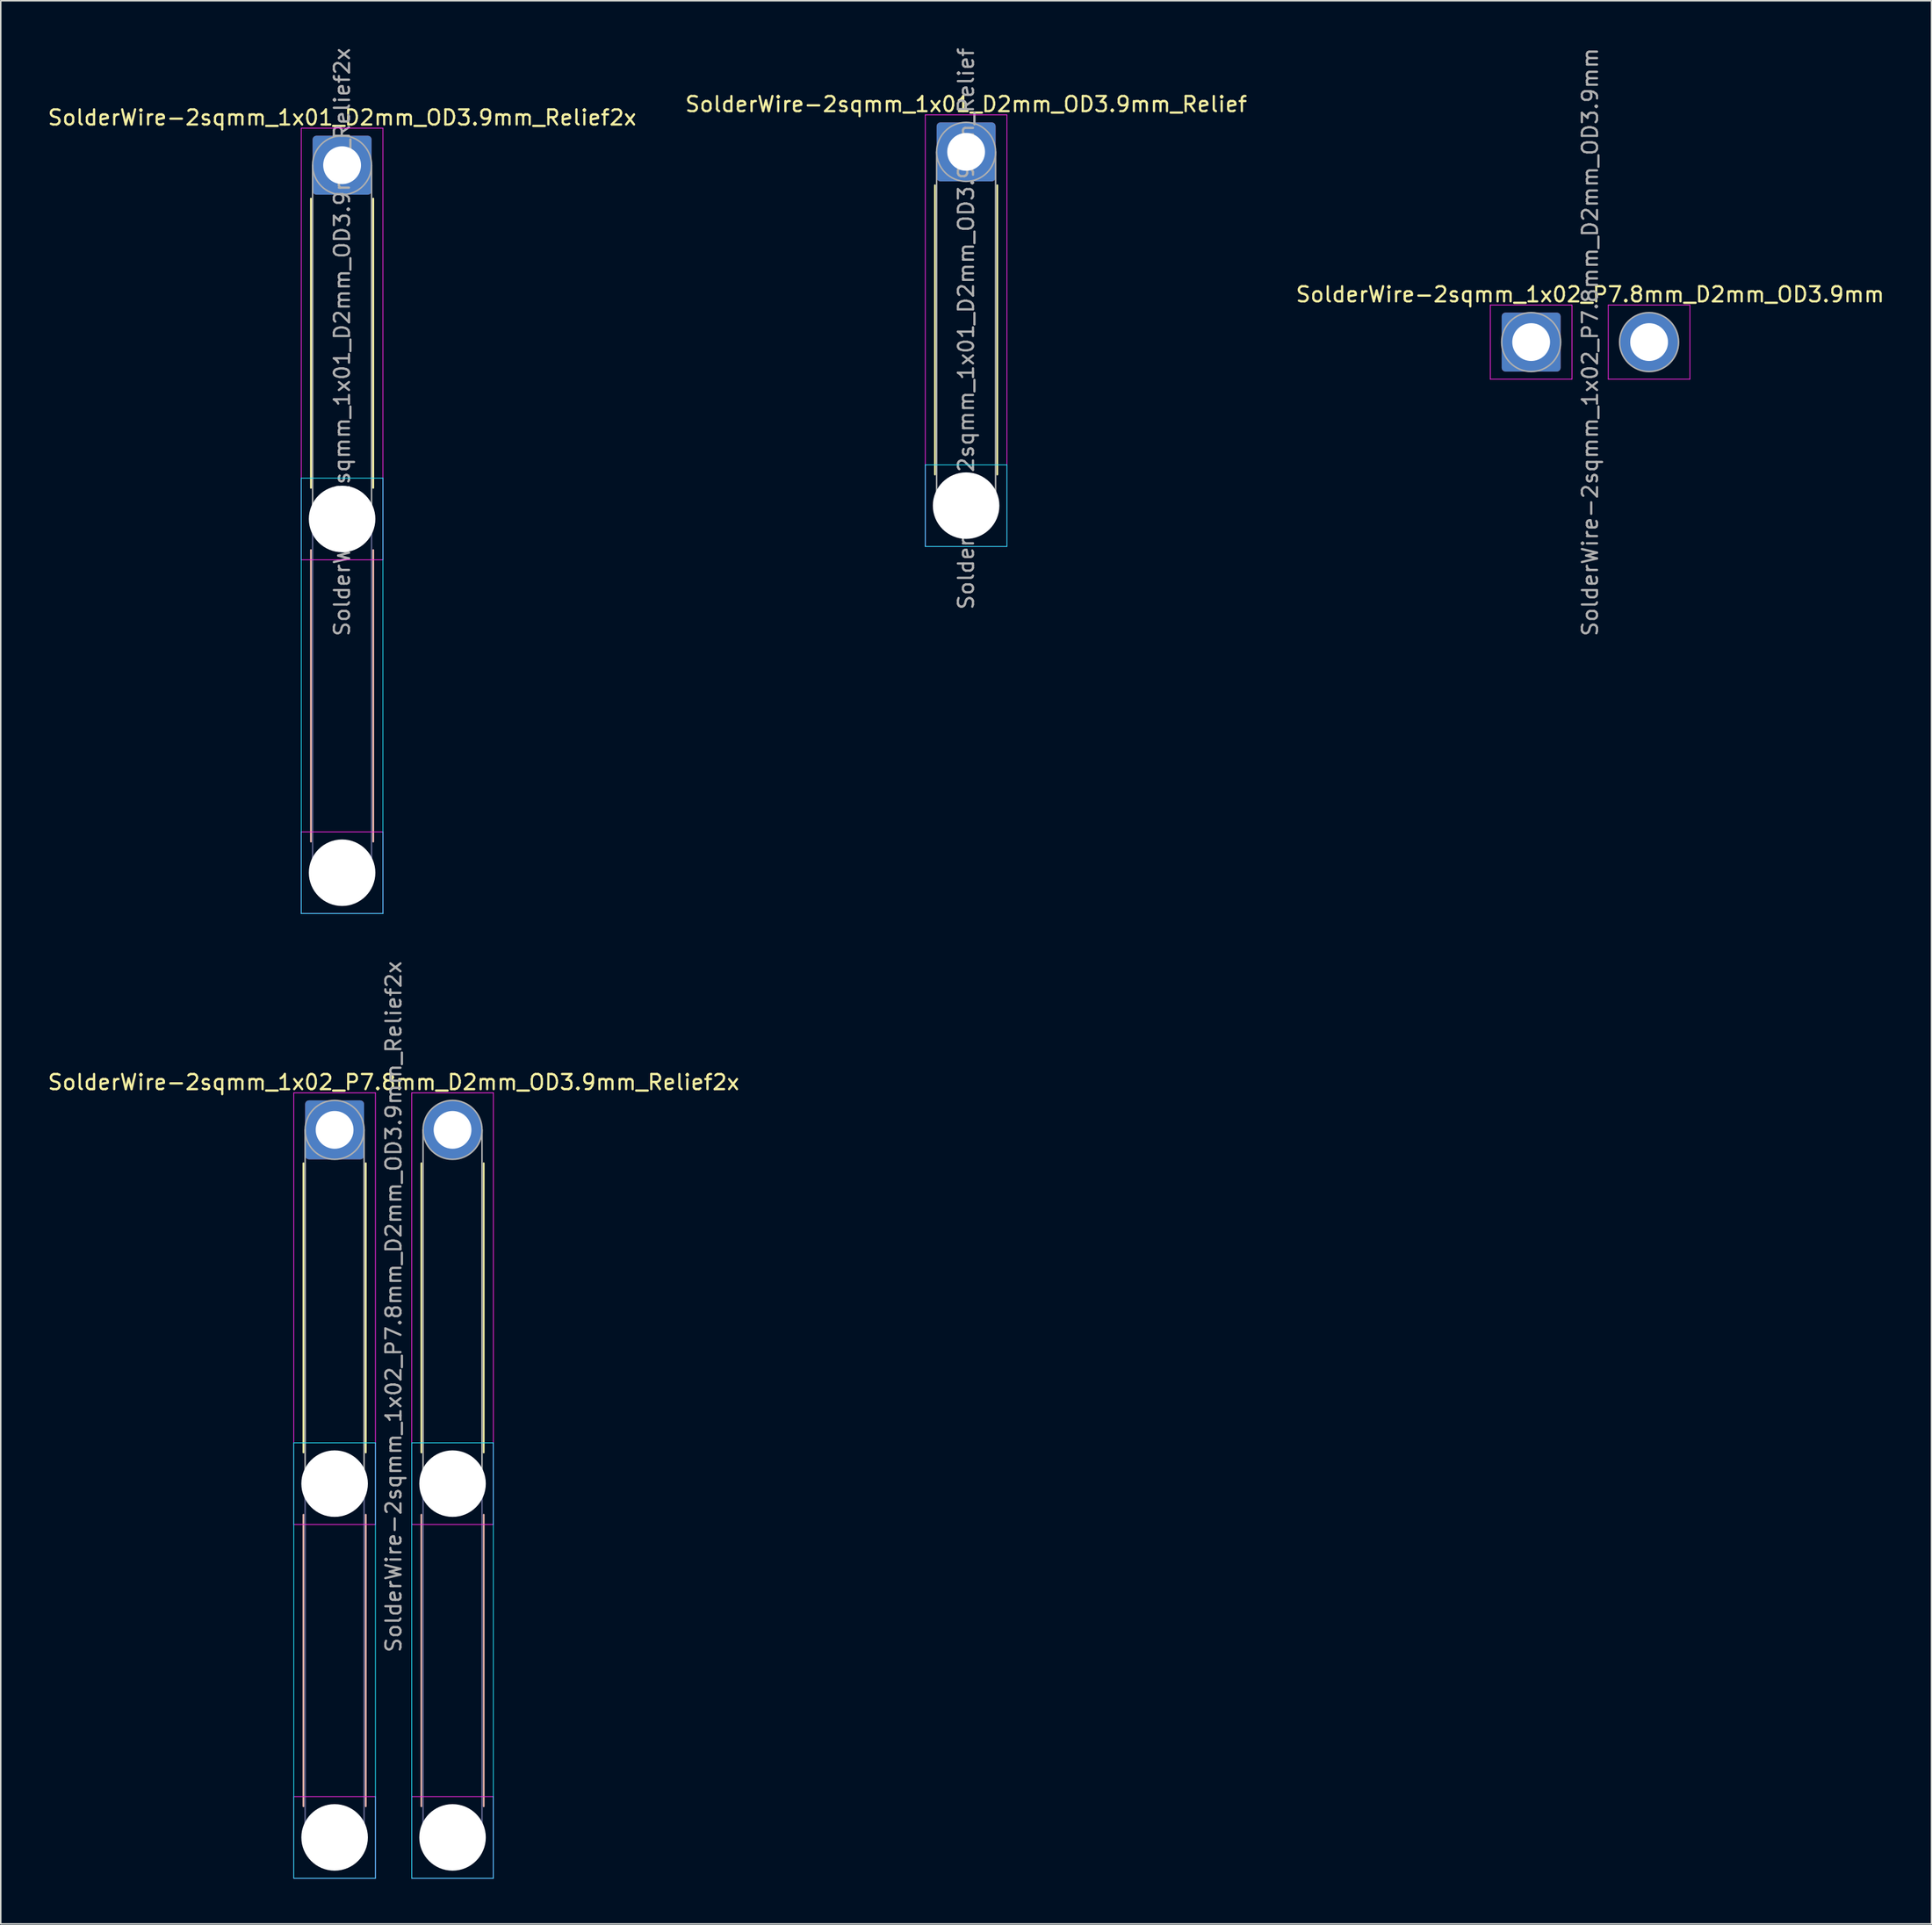
<source format=kicad_pcb>
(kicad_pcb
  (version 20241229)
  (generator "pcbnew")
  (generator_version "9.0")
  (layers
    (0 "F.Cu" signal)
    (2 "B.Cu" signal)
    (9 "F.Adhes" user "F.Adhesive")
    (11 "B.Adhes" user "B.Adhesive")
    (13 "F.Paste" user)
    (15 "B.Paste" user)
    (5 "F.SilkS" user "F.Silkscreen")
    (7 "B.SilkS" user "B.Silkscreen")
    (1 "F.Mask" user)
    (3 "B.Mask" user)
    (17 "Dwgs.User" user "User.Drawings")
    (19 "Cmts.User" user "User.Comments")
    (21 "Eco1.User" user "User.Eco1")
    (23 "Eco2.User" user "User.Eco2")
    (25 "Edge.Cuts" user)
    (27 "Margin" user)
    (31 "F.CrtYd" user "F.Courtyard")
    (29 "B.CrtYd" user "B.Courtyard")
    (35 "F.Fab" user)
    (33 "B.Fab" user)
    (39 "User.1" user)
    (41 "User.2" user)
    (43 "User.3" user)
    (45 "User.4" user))
  (footprint "SolderWire-2sqmm_1x02_P7.8mm_D2mm_OD3.9mm_Relief2x"
    (layer "F.Cu")
    (at 19.082 71.685)
    (property "Reference" "SolderWire-2sqmm_1x02_P7.8mm_D2mm_OD3.9mm_Relief2x" (at 3.9 -3.15 0) (layer "F.SilkS") (effects (font (size 1 1) (thickness 0.15))))
    (attr exclude_from_pos_files exclude_from_bom)
    (fp_line (start -2.06 2.21) (end -2.06 21.34) (stroke (width 0.12) (type solid)) (layer "F.SilkS"))
    (fp_line (start 2.06 2.21) (end 2.06 21.34) (stroke (width 0.12) (type solid)) (layer "F.SilkS"))
    (fp_line (start 5.74 2.21) (end 5.74 21.34) (stroke (width 0.12) (type solid)) (layer "F.SilkS"))
    (fp_line (start 9.86 2.21) (end 9.86 21.34) (stroke (width 0.12) (type solid)) (layer "F.SilkS"))
    (fp_line (start -2.06 25.46) (end -2.06 44.74) (stroke (width 0.12) (type solid)) (layer "B.SilkS"))
    (fp_line (start 2.06 25.46) (end 2.06 44.74) (stroke (width 0.12) (type solid)) (layer "B.SilkS"))
    (fp_line (start 5.74 25.46) (end 5.74 44.74) (stroke (width 0.12) (type solid)) (layer "B.SilkS"))
    (fp_line (start 9.86 25.46) (end 9.86 44.74) (stroke (width 0.12) (type solid)) (layer "B.SilkS"))
    (fp_line (start -2.7 20.7) (end -2.7 49.5) (stroke (width 0.05) (type solid)) (layer "B.CrtYd"))
    (fp_line (start -2.7 49.5) (end 2.7 49.5) (stroke (width 0.05) (type solid)) (layer "B.CrtYd"))
    (fp_line (start 2.7 20.7) (end -2.7 20.7) (stroke (width 0.05) (type solid)) (layer "B.CrtYd"))
    (fp_line (start 2.7 49.5) (end 2.7 20.7) (stroke (width 0.05) (type solid)) (layer "B.CrtYd"))
    (fp_line (start 5.1 20.7) (end 5.1 49.5) (stroke (width 0.05) (type solid)) (layer "B.CrtYd"))
    (fp_line (start 5.1 49.5) (end 10.5 49.5) (stroke (width 0.05) (type solid)) (layer "B.CrtYd"))
    (fp_line (start 10.5 20.7) (end 5.1 20.7) (stroke (width 0.05) (type solid)) (layer "B.CrtYd"))
    (fp_line (start 10.5 49.5) (end 10.5 20.7) (stroke (width 0.05) (type solid)) (layer "B.CrtYd"))
    (fp_line (start -2.7 -2.45) (end -2.7 26.1) (stroke (width 0.05) (type solid)) (layer "F.CrtYd"))
    (fp_line (start -2.7 26.1) (end 2.7 26.1) (stroke (width 0.05) (type solid)) (layer "F.CrtYd"))
    (fp_line (start -2.7 44.1) (end -2.7 49.5) (stroke (width 0.05) (type solid)) (layer "F.CrtYd"))
    (fp_line (start -2.7 49.5) (end 2.7 49.5) (stroke (width 0.05) (type solid)) (layer "F.CrtYd"))
    (fp_line (start 2.7 -2.45) (end -2.7 -2.45) (stroke (width 0.05) (type solid)) (layer "F.CrtYd"))
    (fp_line (start 2.7 26.1) (end 2.7 -2.45) (stroke (width 0.05) (type solid)) (layer "F.CrtYd"))
    (fp_line (start 2.7 44.1) (end -2.7 44.1) (stroke (width 0.05) (type solid)) (layer "F.CrtYd"))
    (fp_line (start 2.7 49.5) (end 2.7 44.1) (stroke (width 0.05) (type solid)) (layer "F.CrtYd"))
    (fp_line (start 5.1 -2.45) (end 5.1 26.1) (stroke (width 0.05) (type solid)) (layer "F.CrtYd"))
    (fp_line (start 5.1 26.1) (end 10.5 26.1) (stroke (width 0.05) (type solid)) (layer "F.CrtYd"))
    (fp_line (start 5.1 44.1) (end 5.1 49.5) (stroke (width 0.05) (type solid)) (layer "F.CrtYd"))
    (fp_line (start 5.1 49.5) (end 10.5 49.5) (stroke (width 0.05) (type solid)) (layer "F.CrtYd"))
    (fp_line (start 10.5 -2.45) (end 5.1 -2.45) (stroke (width 0.05) (type solid)) (layer "F.CrtYd"))
    (fp_line (start 10.5 26.1) (end 10.5 -2.45) (stroke (width 0.05) (type solid)) (layer "F.CrtYd"))
    (fp_line (start 10.5 44.1) (end 5.1 44.1) (stroke (width 0.05) (type solid)) (layer "F.CrtYd"))
    (fp_line (start 10.5 49.5) (end 10.5 44.1) (stroke (width 0.05) (type solid)) (layer "F.CrtYd"))
    (fp_line (start -1.95 23.4) (end -1.95 46.8) (stroke (width 0.1) (type solid)) (layer "B.Fab"))
    (fp_line (start 1.95 23.4) (end 1.95 46.8) (stroke (width 0.1) (type solid)) (layer "B.Fab"))
    (fp_line (start 5.85 23.4) (end 5.85 46.8) (stroke (width 0.1) (type solid)) (layer "B.Fab"))
    (fp_line (start 9.75 23.4) (end 9.75 46.8) (stroke (width 0.1) (type solid)) (layer "B.Fab"))
    (fp_circle (center 0 23.4) (end 1.95 23.4) (stroke (width 0.1) (type solid)) (fill no) (layer "B.Fab"))
    (fp_circle (center 0 46.8) (end 1.95 46.8) (stroke (width 0.1) (type solid)) (fill no) (layer "B.Fab"))
    (fp_circle (center 7.8 23.4) (end 9.75 23.4) (stroke (width 0.1) (type solid)) (fill no) (layer "B.Fab"))
    (fp_circle (center 7.8 46.8) (end 9.75 46.8) (stroke (width 0.1) (type solid)) (fill no) (layer "B.Fab"))
    (fp_line (start -1.95 0) (end -1.95 23.4) (stroke (width 0.1) (type solid)) (layer "F.Fab"))
    (fp_line (start 1.95 0) (end 1.95 23.4) (stroke (width 0.1) (type solid)) (layer "F.Fab"))
    (fp_line (start 5.85 0) (end 5.85 23.4) (stroke (width 0.1) (type solid)) (layer "F.Fab"))
    (fp_line (start 9.75 0) (end 9.75 23.4) (stroke (width 0.1) (type solid)) (layer "F.Fab"))
    (fp_circle (center 0 0) (end 1.95 0) (stroke (width 0.1) (type solid)) (fill no) (layer "F.Fab"))
    (fp_circle (center 0 23.4) (end 1.95 23.4) (stroke (width 0.1) (type solid)) (fill no) (layer "F.Fab"))
    (fp_circle (center 0 46.8) (end 1.95 46.8) (stroke (width 0.1) (type solid)) (fill no) (layer "F.Fab"))
    (fp_circle (center 7.8 0) (end 9.75 0) (stroke (width 0.1) (type solid)) (fill no) (layer "F.Fab"))
    (fp_circle (center 7.8 23.4) (end 9.75 23.4) (stroke (width 0.1) (type solid)) (fill no) (layer "F.Fab"))
    (fp_circle (center 7.8 46.8) (end 9.75 46.8) (stroke (width 0.1) (type solid)) (fill no) (layer "F.Fab"))
    (fp_text user "${REFERENCE}" (at 3.9 11.7 90) (layer "F.Fab") (effects (font (size 1 1) (thickness 0.15))))
    (pad "" np_thru_hole circle (at 0 23.4) (size 4.4 4.4) (drill 4.4) (layers "*.Cu" "*.Mask"))
    (pad "" np_thru_hole circle (at 0 46.8) (size 4.4 4.4) (drill 4.4) (layers "*.Cu" "*.Mask"))
    (pad "" np_thru_hole circle (at 7.8 23.4) (size 4.4 4.4) (drill 4.4) (layers "*.Cu" "*.Mask"))
    (pad "" np_thru_hole circle (at 7.8 46.8) (size 4.4 4.4) (drill 4.4) (layers "*.Cu" "*.Mask"))
    (pad "1" thru_hole roundrect (at 0 0) (size 3.9 3.9) (drill 2.5) (layers "*.Cu" "*.Mask") (roundrect_rratio 0.064))
    (pad "2" thru_hole circle (at 7.8 0) (size 3.9 3.9) (drill 2.5) (layers "*.Cu" "*.Mask")))
  (footprint "SolderWire-2sqmm_1x01_D2mm_OD3.9mm_Relief2x"
    (layer "F.Cu")
    (at 19.577 7.877)
    (property "Reference" "SolderWire-2sqmm_1x01_D2mm_OD3.9mm_Relief2x" (at 0 -3.15 0) (layer "F.SilkS") (effects (font (size 1 1) (thickness 0.15))))
    (attr exclude_from_pos_files exclude_from_bom)
    (fp_line (start -2.06 2.21) (end -2.06 21.34) (stroke (width 0.12) (type solid)) (layer "F.SilkS"))
    (fp_line (start 2.06 2.21) (end 2.06 21.34) (stroke (width 0.12) (type solid)) (layer "F.SilkS"))
    (fp_line (start -2.06 25.46) (end -2.06 44.74) (stroke (width 0.12) (type solid)) (layer "B.SilkS"))
    (fp_line (start 2.06 25.46) (end 2.06 44.74) (stroke (width 0.12) (type solid)) (layer "B.SilkS"))
    (fp_line (start -2.7 20.7) (end -2.7 49.5) (stroke (width 0.05) (type solid)) (layer "B.CrtYd"))
    (fp_line (start -2.7 49.5) (end 2.7 49.5) (stroke (width 0.05) (type solid)) (layer "B.CrtYd"))
    (fp_line (start 2.7 20.7) (end -2.7 20.7) (stroke (width 0.05) (type solid)) (layer "B.CrtYd"))
    (fp_line (start 2.7 49.5) (end 2.7 20.7) (stroke (width 0.05) (type solid)) (layer "B.CrtYd"))
    (fp_line (start -2.7 -2.45) (end -2.7 26.1) (stroke (width 0.05) (type solid)) (layer "F.CrtYd"))
    (fp_line (start -2.7 26.1) (end 2.7 26.1) (stroke (width 0.05) (type solid)) (layer "F.CrtYd"))
    (fp_line (start -2.7 44.1) (end -2.7 49.5) (stroke (width 0.05) (type solid)) (layer "F.CrtYd"))
    (fp_line (start -2.7 49.5) (end 2.7 49.5) (stroke (width 0.05) (type solid)) (layer "F.CrtYd"))
    (fp_line (start 2.7 -2.45) (end -2.7 -2.45) (stroke (width 0.05) (type solid)) (layer "F.CrtYd"))
    (fp_line (start 2.7 26.1) (end 2.7 -2.45) (stroke (width 0.05) (type solid)) (layer "F.CrtYd"))
    (fp_line (start 2.7 44.1) (end -2.7 44.1) (stroke (width 0.05) (type solid)) (layer "F.CrtYd"))
    (fp_line (start 2.7 49.5) (end 2.7 44.1) (stroke (width 0.05) (type solid)) (layer "F.CrtYd"))
    (fp_line (start -1.95 23.4) (end -1.95 46.8) (stroke (width 0.1) (type solid)) (layer "B.Fab"))
    (fp_line (start 1.95 23.4) (end 1.95 46.8) (stroke (width 0.1) (type solid)) (layer "B.Fab"))
    (fp_circle (center 0 23.4) (end 1.95 23.4) (stroke (width 0.1) (type solid)) (fill no) (layer "B.Fab"))
    (fp_circle (center 0 46.8) (end 1.95 46.8) (stroke (width 0.1) (type solid)) (fill no) (layer "B.Fab"))
    (fp_line (start -1.95 0) (end -1.95 23.4) (stroke (width 0.1) (type solid)) (layer "F.Fab"))
    (fp_line (start 1.95 0) (end 1.95 23.4) (stroke (width 0.1) (type solid)) (layer "F.Fab"))
    (fp_circle (center 0 0) (end 1.95 0) (stroke (width 0.1) (type solid)) (fill no) (layer "F.Fab"))
    (fp_circle (center 0 23.4) (end 1.95 23.4) (stroke (width 0.1) (type solid)) (fill no) (layer "F.Fab"))
    (fp_circle (center 0 46.8) (end 1.95 46.8) (stroke (width 0.1) (type solid)) (fill no) (layer "F.Fab"))
    (fp_text user "${REFERENCE}" (at 0 11.7 90) (layer "F.Fab") (effects (font (size 1 1) (thickness 0.15))))
    (pad "" np_thru_hole circle (at 0 23.4) (size 4.4 4.4) (drill 4.4) (layers "*.Cu" "*.Mask"))
    (pad "" np_thru_hole circle (at 0 46.8) (size 4.4 4.4) (drill 4.4) (layers "*.Cu" "*.Mask"))
    (pad "1" thru_hole roundrect (at 0 0) (size 3.9 3.9) (drill 2.5) (layers "*.Cu" "*.Mask") (roundrect_rratio 0.064)))
  (footprint "SolderWire-2sqmm_1x01_D2mm_OD3.9mm_Relief"
    (layer "F.Cu")
    (at 60.851 6.996)
    (property "Reference" "SolderWire-2sqmm_1x01_D2mm_OD3.9mm_Relief" (at 0 -3.15 0) (layer "F.SilkS") (effects (font (size 1 1) (thickness 0.15))))
    (attr exclude_from_pos_files exclude_from_bom)
    (fp_line (start -2.06 2.21) (end -2.06 21.34) (stroke (width 0.12) (type solid)) (layer "F.SilkS"))
    (fp_line (start 2.06 2.21) (end 2.06 21.34) (stroke (width 0.12) (type solid)) (layer "F.SilkS"))
    (fp_line (start -2.7 20.7) (end -2.7 26.1) (stroke (width 0.05) (type solid)) (layer "B.CrtYd"))
    (fp_line (start -2.7 26.1) (end 2.7 26.1) (stroke (width 0.05) (type solid)) (layer "B.CrtYd"))
    (fp_line (start 2.7 20.7) (end -2.7 20.7) (stroke (width 0.05) (type solid)) (layer "B.CrtYd"))
    (fp_line (start 2.7 26.1) (end 2.7 20.7) (stroke (width 0.05) (type solid)) (layer "B.CrtYd"))
    (fp_line (start -2.7 -2.45) (end -2.7 26.1) (stroke (width 0.05) (type solid)) (layer "F.CrtYd"))
    (fp_line (start -2.7 26.1) (end 2.7 26.1) (stroke (width 0.05) (type solid)) (layer "F.CrtYd"))
    (fp_line (start 2.7 -2.45) (end -2.7 -2.45) (stroke (width 0.05) (type solid)) (layer "F.CrtYd"))
    (fp_line (start 2.7 26.1) (end 2.7 -2.45) (stroke (width 0.05) (type solid)) (layer "F.CrtYd"))
    (fp_line (start -1.95 0) (end -1.95 23.4) (stroke (width 0.1) (type solid)) (layer "F.Fab"))
    (fp_line (start 1.95 0) (end 1.95 23.4) (stroke (width 0.1) (type solid)) (layer "F.Fab"))
    (fp_circle (center 0 0) (end 1.95 0) (stroke (width 0.1) (type solid)) (fill no) (layer "F.Fab"))
    (fp_circle (center 0 23.4) (end 1.95 23.4) (stroke (width 0.1) (type solid)) (fill no) (layer "F.Fab"))
    (fp_text user "${REFERENCE}" (at 0 11.7 90) (layer "F.Fab") (effects (font (size 1 1) (thickness 0.15))))
    (pad "" np_thru_hole circle (at 0 23.4) (size 4.4 4.4) (drill 4.4) (layers "*.Cu" "*.Mask"))
    (pad "1" thru_hole roundrect (at 0 0) (size 3.9 3.9) (drill 2.5) (layers "*.Cu" "*.Mask") (roundrect_rratio 0.064)))
  (footprint "SolderWire-2sqmm_1x02_P7.8mm_D2mm_OD3.9mm"
    (layer "F.Cu")
    (at 98.225 19.577)
    (property "Reference" "SolderWire-2sqmm_1x02_P7.8mm_D2mm_OD3.9mm" (at 3.9 -3.15 0) (layer "F.SilkS") (effects (font (size 1 1) (thickness 0.15))))
    (attr exclude_from_pos_files exclude_from_bom)
    (fp_line (start -2.7 -2.45) (end -2.7 2.45) (stroke (width 0.05) (type solid)) (layer "F.CrtYd"))
    (fp_line (start -2.7 2.45) (end 2.7 2.45) (stroke (width 0.05) (type solid)) (layer "F.CrtYd"))
    (fp_line (start 2.7 -2.45) (end -2.7 -2.45) (stroke (width 0.05) (type solid)) (layer "F.CrtYd"))
    (fp_line (start 2.7 2.45) (end 2.7 -2.45) (stroke (width 0.05) (type solid)) (layer "F.CrtYd"))
    (fp_line (start 5.1 -2.45) (end 5.1 2.45) (stroke (width 0.05) (type solid)) (layer "F.CrtYd"))
    (fp_line (start 5.1 2.45) (end 10.5 2.45) (stroke (width 0.05) (type solid)) (layer "F.CrtYd"))
    (fp_line (start 10.5 -2.45) (end 5.1 -2.45) (stroke (width 0.05) (type solid)) (layer "F.CrtYd"))
    (fp_line (start 10.5 2.45) (end 10.5 -2.45) (stroke (width 0.05) (type solid)) (layer "F.CrtYd"))
    (fp_circle (center 0 0) (end 1.95 0) (stroke (width 0.1) (type solid)) (fill no) (layer "F.Fab"))
    (fp_circle (center 7.8 0) (end 9.75 0) (stroke (width 0.1) (type solid)) (fill no) (layer "F.Fab"))
    (fp_text user "${REFERENCE}" (at 3.9 0 90) (layer "F.Fab") (effects (font (size 1 1) (thickness 0.15))))
    (pad "1" thru_hole roundrect (at 0 0) (size 3.9 3.9) (drill 2.5) (layers "*.Cu" "*.Mask") (roundrect_rratio 0.064))
    (pad "2" thru_hole circle (at 7.8 0) (size 3.9 3.9) (drill 2.5) (layers "*.Cu" "*.Mask")))
  (gr_rect
    (start -3 -3)
    (end 124.702 124.21)
    (stroke (width 0.1) (type default))
    (fill no)
    (layer "Edge.Cuts")))
</source>
